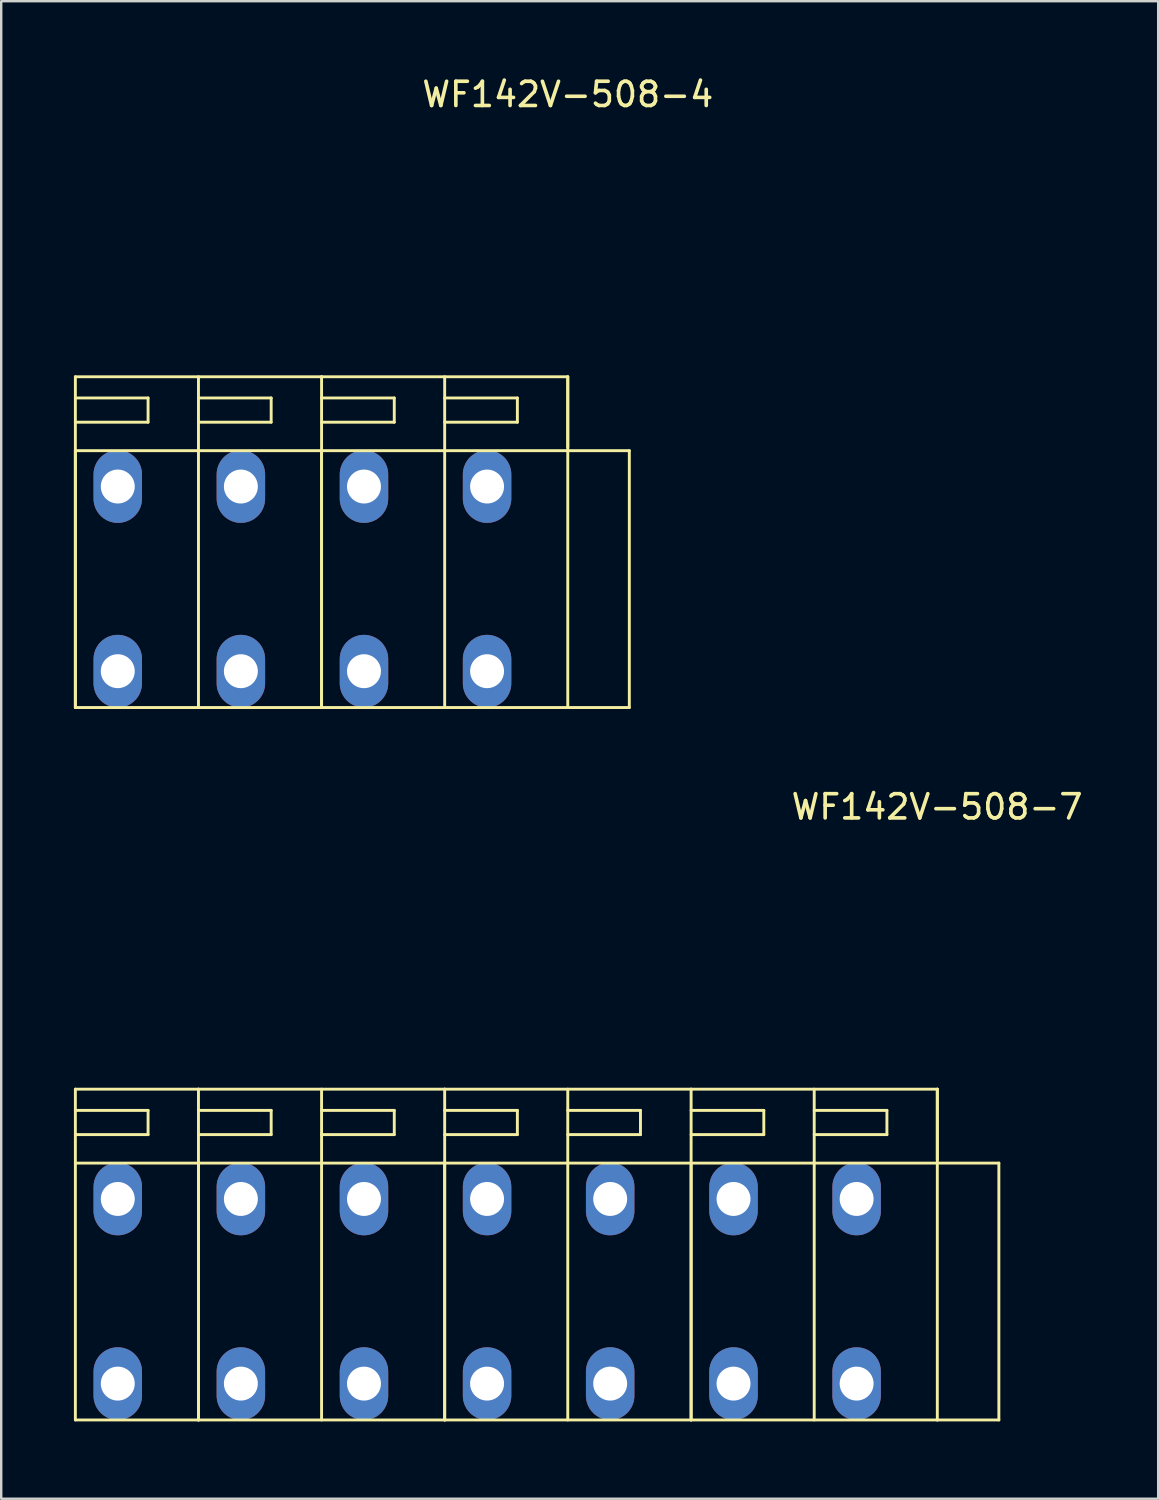
<source format=kicad_pcb>
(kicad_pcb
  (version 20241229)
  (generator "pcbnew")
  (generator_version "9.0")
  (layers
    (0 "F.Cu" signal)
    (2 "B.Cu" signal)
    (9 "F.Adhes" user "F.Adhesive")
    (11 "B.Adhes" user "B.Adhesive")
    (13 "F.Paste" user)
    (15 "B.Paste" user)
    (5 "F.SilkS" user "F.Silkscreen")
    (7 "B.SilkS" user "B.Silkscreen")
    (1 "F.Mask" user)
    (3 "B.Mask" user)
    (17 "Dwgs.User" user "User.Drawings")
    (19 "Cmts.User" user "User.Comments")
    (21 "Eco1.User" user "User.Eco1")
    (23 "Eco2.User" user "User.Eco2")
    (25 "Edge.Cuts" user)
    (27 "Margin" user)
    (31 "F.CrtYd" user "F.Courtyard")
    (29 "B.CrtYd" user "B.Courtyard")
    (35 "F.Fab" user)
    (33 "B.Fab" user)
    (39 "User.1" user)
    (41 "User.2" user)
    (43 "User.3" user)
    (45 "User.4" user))
  (footprint "WF142V-508-7"
    (layer "F.Cu")
    (at 35.62 55.547)
    (property "Reference" "WF142V-508-7" (at 0 -25.3 0) (layer "F.SilkS") (effects (font (size 1 1) (thickness 0.15))))
    (attr through_hole)
    (fp_line (start -35.56 -13.65) (end -30.48 -13.65) (stroke (width 0.12) (type solid)) (layer "F.SilkS"))
    (fp_line (start -35.56 -12.775) (end -32.56 -12.775) (stroke (width 0.12) (type solid)) (layer "F.SilkS"))
    (fp_line (start -35.56 -10.6) (end -30.49 -10.6) (stroke (width 0.12) (type solid)) (layer "F.SilkS"))
    (fp_line (start -35.56 0) (end -35.56 -13.65) (stroke (width 0.12) (type solid)) (layer "F.SilkS"))
    (fp_line (start -32.56 -12.775) (end -32.56 -11.775) (stroke (width 0.12) (type solid)) (layer "F.SilkS"))
    (fp_line (start -32.56 -11.775) (end -35.56 -11.775) (stroke (width 0.12) (type solid)) (layer "F.SilkS"))
    (fp_line (start -30.48 -13.65) (end -20.32 -13.65) (stroke (width 0.12) (type solid)) (layer "F.SilkS"))
    (fp_line (start -30.48 -12.775) (end -27.48 -12.775) (stroke (width 0.12) (type solid)) (layer "F.SilkS"))
    (fp_line (start -30.48 -10.6) (end -20.33 -10.6) (stroke (width 0.12) (type solid)) (layer "F.SilkS"))
    (fp_line (start -30.48 0) (end -35.56 0) (stroke (width 0.12) (type solid)) (layer "F.SilkS"))
    (fp_line (start -30.48 0) (end -30.48 -13.65) (stroke (width 0.12) (type solid)) (layer "F.SilkS"))
    (fp_line (start -30.48 0) (end -30.48 -10.6) (stroke (width 0.12) (type solid)) (layer "F.SilkS"))
    (fp_line (start -27.48 -12.775) (end -27.48 -11.775) (stroke (width 0.12) (type solid)) (layer "F.SilkS"))
    (fp_line (start -27.48 -11.775) (end -30.48 -11.775) (stroke (width 0.12) (type solid)) (layer "F.SilkS"))
    (fp_line (start -25.4 -12.775) (end -22.4 -12.775) (stroke (width 0.12) (type solid)) (layer "F.SilkS"))
    (fp_line (start -25.4 0) (end -25.4 -13.65) (stroke (width 0.12) (type solid)) (layer "F.SilkS"))
    (fp_line (start -22.4 -12.775) (end -22.4 -11.775) (stroke (width 0.12) (type solid)) (layer "F.SilkS"))
    (fp_line (start -22.4 -11.775) (end -25.4 -11.775) (stroke (width 0.12) (type solid)) (layer "F.SilkS"))
    (fp_line (start -20.32 -13.65) (end -10.16 -13.65) (stroke (width 0.12) (type solid)) (layer "F.SilkS"))
    (fp_line (start -20.32 -12.775) (end -17.32 -12.775) (stroke (width 0.12) (type solid)) (layer "F.SilkS"))
    (fp_line (start -20.32 -10.6) (end -10.17 -10.6) (stroke (width 0.12) (type solid)) (layer "F.SilkS"))
    (fp_line (start -20.32 0) (end -30.48 0) (stroke (width 0.12) (type solid)) (layer "F.SilkS"))
    (fp_line (start -20.32 0) (end -20.32 -13.65) (stroke (width 0.12) (type solid)) (layer "F.SilkS"))
    (fp_line (start -20.32 0) (end -20.32 -10.6) (stroke (width 0.12) (type solid)) (layer "F.SilkS"))
    (fp_line (start -17.32 -12.775) (end -17.32 -11.775) (stroke (width 0.12) (type solid)) (layer "F.SilkS"))
    (fp_line (start -17.32 -11.775) (end -20.32 -11.775) (stroke (width 0.12) (type solid)) (layer "F.SilkS"))
    (fp_line (start -15.24 -12.775) (end -12.24 -12.775) (stroke (width 0.12) (type solid)) (layer "F.SilkS"))
    (fp_line (start -15.24 0) (end -15.24 -13.65) (stroke (width 0.12) (type solid)) (layer "F.SilkS"))
    (fp_line (start -12.24 -12.775) (end -12.24 -11.775) (stroke (width 0.12) (type solid)) (layer "F.SilkS"))
    (fp_line (start -12.24 -11.775) (end -15.24 -11.775) (stroke (width 0.12) (type solid)) (layer "F.SilkS"))
    (fp_line (start -10.16 0) (end -20.32 0) (stroke (width 0.12) (type solid)) (layer "F.SilkS"))
    (fp_line (start -10.15 -13.65) (end 0.01 -13.65) (stroke (width 0.12) (type solid)) (layer "F.SilkS"))
    (fp_line (start -10.15 -12.775) (end -7.15 -12.775) (stroke (width 0.12) (type solid)) (layer "F.SilkS"))
    (fp_line (start -10.15 -10.6) (end 0 -10.6) (stroke (width 0.12) (type solid)) (layer "F.SilkS"))
    (fp_line (start -10.15 0) (end -10.15 -13.65) (stroke (width 0.12) (type solid)) (layer "F.SilkS"))
    (fp_line (start -10.15 0) (end -10.15 -10.6) (stroke (width 0.12) (type solid)) (layer "F.SilkS"))
    (fp_line (start -7.15 -12.775) (end -7.15 -11.775) (stroke (width 0.12) (type solid)) (layer "F.SilkS"))
    (fp_line (start -7.15 -11.775) (end -10.15 -11.775) (stroke (width 0.12) (type solid)) (layer "F.SilkS"))
    (fp_line (start -5.07 -12.775) (end -2.07 -12.775) (stroke (width 0.12) (type solid)) (layer "F.SilkS"))
    (fp_line (start -5.07 0) (end -5.07 -13.65) (stroke (width 0.12) (type solid)) (layer "F.SilkS"))
    (fp_line (start -2.07 -12.775) (end -2.07 -11.775) (stroke (width 0.12) (type solid)) (layer "F.SilkS"))
    (fp_line (start -2.07 -11.775) (end -5.07 -11.775) (stroke (width 0.12) (type solid)) (layer "F.SilkS"))
    (fp_line (start 0.01 -13.65) (end 0.01 -10.75) (stroke (width 0.12) (type solid)) (layer "F.SilkS"))
    (fp_line (start 0.01 -10.6) (end 2.55 -10.6) (stroke (width 0.12) (type solid)) (layer "F.SilkS"))
    (fp_line (start 0.01 0) (end -10.15 0) (stroke (width 0.12) (type solid)) (layer "F.SilkS"))
    (fp_line (start 0.01 0) (end 0.01 -13.65) (stroke (width 0.12) (type solid)) (layer "F.SilkS"))
    (fp_line (start 0.01 0) (end 2.55 0) (stroke (width 0.12) (type solid)) (layer "F.SilkS"))
    (fp_line (start 2.55 -10.6) (end 2.55 0) (stroke (width 0.12) (type solid)) (layer "F.SilkS"))
    (pad "1" thru_hole oval (at -3.32 -9.12) (size 2 3) (drill 1.4) (layers "*.Cu" "*.Mask"))
    (pad "1" thru_hole oval (at -3.32 -1.5) (size 2 3) (drill 1.4) (layers "*.Cu" "*.Mask"))
    (pad "2" thru_hole oval (at -8.4 -9.12) (size 2 3) (drill 1.4) (layers "*.Cu" "*.Mask"))
    (pad "2" thru_hole oval (at -8.4 -1.5) (size 2 3) (drill 1.4) (layers "*.Cu" "*.Mask"))
    (pad "3" thru_hole oval (at -13.49 -9.12) (size 2 3) (drill 1.4) (layers "*.Cu" "*.Mask"))
    (pad "3" thru_hole oval (at -13.49 -1.5) (size 2 3) (drill 1.4) (layers "*.Cu" "*.Mask"))
    (pad "4" thru_hole oval (at -18.57 -9.12) (size 2 3) (drill 1.4) (layers "*.Cu" "*.Mask"))
    (pad "4" thru_hole oval (at -18.57 -1.5) (size 2 3) (drill 1.4) (layers "*.Cu" "*.Mask"))
    (pad "5" thru_hole oval (at -23.65 -9.12) (size 2 3) (drill 1.4) (layers "*.Cu" "*.Mask"))
    (pad "5" thru_hole oval (at -23.65 -1.5) (size 2 3) (drill 1.4) (layers "*.Cu" "*.Mask"))
    (pad "6" thru_hole oval (at -28.73 -9.12) (size 2 3) (drill 1.4) (layers "*.Cu" "*.Mask"))
    (pad "6" thru_hole oval (at -28.73 -1.5) (size 2 3) (drill 1.4) (layers "*.Cu" "*.Mask"))
    (pad "7" thru_hole oval (at -33.81 -9.12) (size 2 3) (drill 1.4) (layers "*.Cu" "*.Mask"))
    (pad "7" thru_hole oval (at -33.81 -1.5) (size 2 3) (drill 1.4) (layers "*.Cu" "*.Mask")))
  (footprint "WF142V-508-4"
    (layer "F.Cu")
    (at 20.38 26.148)
    (property "Reference" "WF142V-508-4" (at 0 -25.3 0) (layer "F.SilkS") (effects (font (size 1 1) (thickness 0.15))))
    (attr through_hole)
    (fp_line (start -20.32 -13.65) (end -10.16 -13.65) (stroke (width 0.12) (type solid)) (layer "F.SilkS"))
    (fp_line (start -20.32 -12.775) (end -17.32 -12.775) (stroke (width 0.12) (type solid)) (layer "F.SilkS"))
    (fp_line (start -20.32 -10.6) (end -10.17 -10.6) (stroke (width 0.12) (type solid)) (layer "F.SilkS"))
    (fp_line (start -20.32 0) (end -20.32 -13.65) (stroke (width 0.12) (type solid)) (layer "F.SilkS"))
    (fp_line (start -20.32 0) (end -20.32 -10.6) (stroke (width 0.12) (type solid)) (layer "F.SilkS"))
    (fp_line (start -17.32 -12.775) (end -17.32 -11.775) (stroke (width 0.12) (type solid)) (layer "F.SilkS"))
    (fp_line (start -17.32 -11.775) (end -20.32 -11.775) (stroke (width 0.12) (type solid)) (layer "F.SilkS"))
    (fp_line (start -15.24 -12.775) (end -12.24 -12.775) (stroke (width 0.12) (type solid)) (layer "F.SilkS"))
    (fp_line (start -15.24 0) (end -15.24 -13.65) (stroke (width 0.12) (type solid)) (layer "F.SilkS"))
    (fp_line (start -12.24 -12.775) (end -12.24 -11.775) (stroke (width 0.12) (type solid)) (layer "F.SilkS"))
    (fp_line (start -12.24 -11.775) (end -15.24 -11.775) (stroke (width 0.12) (type solid)) (layer "F.SilkS"))
    (fp_line (start -10.16 -13.65) (end 0 -13.65) (stroke (width 0.12) (type solid)) (layer "F.SilkS"))
    (fp_line (start -10.16 -12.775) (end -7.16 -12.775) (stroke (width 0.12) (type solid)) (layer "F.SilkS"))
    (fp_line (start -10.16 -10.6) (end -0.01 -10.6) (stroke (width 0.12) (type solid)) (layer "F.SilkS"))
    (fp_line (start -10.16 0) (end -20.32 0) (stroke (width 0.12) (type solid)) (layer "F.SilkS"))
    (fp_line (start -10.16 0) (end -10.16 -13.65) (stroke (width 0.12) (type solid)) (layer "F.SilkS"))
    (fp_line (start -10.16 0) (end -10.16 -10.6) (stroke (width 0.12) (type solid)) (layer "F.SilkS"))
    (fp_line (start -7.16 -12.775) (end -7.16 -11.775) (stroke (width 0.12) (type solid)) (layer "F.SilkS"))
    (fp_line (start -7.16 -11.775) (end -10.16 -11.775) (stroke (width 0.12) (type solid)) (layer "F.SilkS"))
    (fp_line (start -5.08 -12.775) (end -2.08 -12.775) (stroke (width 0.12) (type solid)) (layer "F.SilkS"))
    (fp_line (start -5.08 0) (end -5.08 -13.65) (stroke (width 0.12) (type solid)) (layer "F.SilkS"))
    (fp_line (start -2.08 -12.775) (end -2.08 -11.775) (stroke (width 0.12) (type solid)) (layer "F.SilkS"))
    (fp_line (start -2.08 -11.775) (end -5.08 -11.775) (stroke (width 0.12) (type solid)) (layer "F.SilkS"))
    (fp_line (start 0 -13.65) (end 0 -10.75) (stroke (width 0.12) (type solid)) (layer "F.SilkS"))
    (fp_line (start 0 -10.6) (end 2.54 -10.6) (stroke (width 0.12) (type solid)) (layer "F.SilkS"))
    (fp_line (start 0 0) (end -10.16 0) (stroke (width 0.12) (type solid)) (layer "F.SilkS"))
    (fp_line (start 0 0) (end 0 -13.65) (stroke (width 0.12) (type solid)) (layer "F.SilkS"))
    (fp_line (start 0 0) (end 2.54 0) (stroke (width 0.12) (type solid)) (layer "F.SilkS"))
    (fp_line (start 2.54 -10.6) (end 2.54 0) (stroke (width 0.12) (type solid)) (layer "F.SilkS"))
    (pad "1" thru_hole oval (at -3.33 -9.12) (size 2 3) (drill 1.4) (layers "*.Cu" "*.Mask"))
    (pad "1" thru_hole oval (at -3.33 -1.5) (size 2 3) (drill 1.4) (layers "*.Cu" "*.Mask"))
    (pad "2" thru_hole oval (at -8.41 -9.12) (size 2 3) (drill 1.4) (layers "*.Cu" "*.Mask"))
    (pad "2" thru_hole oval (at -8.41 -1.5) (size 2 3) (drill 1.4) (layers "*.Cu" "*.Mask"))
    (pad "3" thru_hole oval (at -13.49 -9.12) (size 2 3) (drill 1.4) (layers "*.Cu" "*.Mask"))
    (pad "3" thru_hole oval (at -13.49 -1.5) (size 2 3) (drill 1.4) (layers "*.Cu" "*.Mask"))
    (pad "4" thru_hole oval (at -18.57 -9.12) (size 2 3) (drill 1.4) (layers "*.Cu" "*.Mask"))
    (pad "4" thru_hole oval (at -18.57 -1.5) (size 2 3) (drill 1.4) (layers "*.Cu" "*.Mask")))
  (gr_rect
    (start -3 -3)
    (end 44.745 58.797)
    (stroke (width 0.1) (type default))
    (fill no)
    (layer "Edge.Cuts")))
</source>
